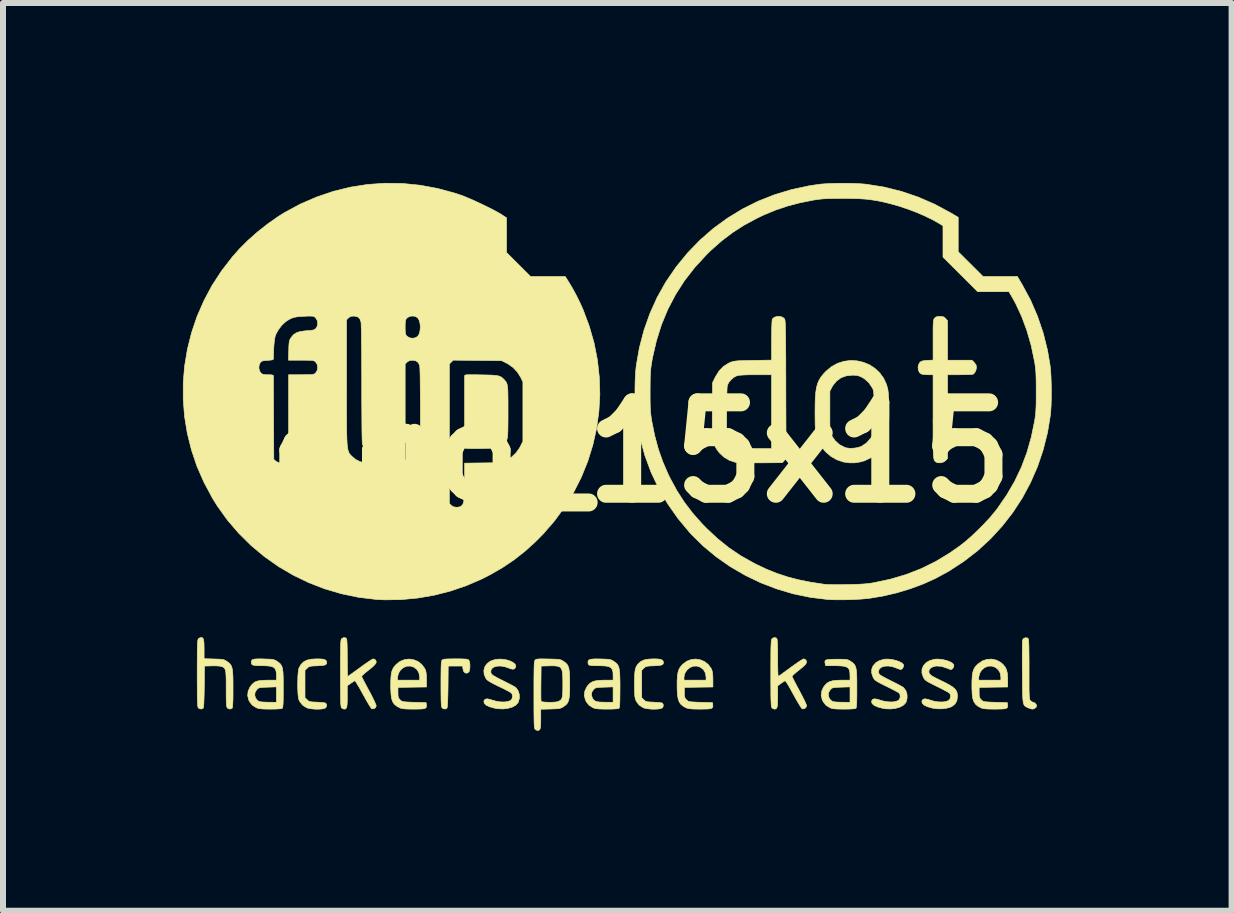
<source format=kicad_pcb>
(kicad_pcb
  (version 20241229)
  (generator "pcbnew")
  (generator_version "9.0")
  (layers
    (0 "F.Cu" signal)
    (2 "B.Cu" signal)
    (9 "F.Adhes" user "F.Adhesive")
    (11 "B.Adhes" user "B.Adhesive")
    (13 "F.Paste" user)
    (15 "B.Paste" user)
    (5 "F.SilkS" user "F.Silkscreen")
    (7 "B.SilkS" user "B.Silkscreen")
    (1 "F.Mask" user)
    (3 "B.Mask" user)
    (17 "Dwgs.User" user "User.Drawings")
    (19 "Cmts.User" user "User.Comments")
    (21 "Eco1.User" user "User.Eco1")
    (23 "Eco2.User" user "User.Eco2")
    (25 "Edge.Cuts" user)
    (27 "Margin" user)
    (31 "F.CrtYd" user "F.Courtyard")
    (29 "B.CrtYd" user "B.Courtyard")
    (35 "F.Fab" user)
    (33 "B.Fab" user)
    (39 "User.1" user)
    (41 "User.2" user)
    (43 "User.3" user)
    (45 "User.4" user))
  (footprint "logo_15x15"
    (layer "F.Cu")
    (at 7.236 4.493)
    (property "Reference" "logo_15x15" (at 0 0 0) (layer "F.SilkS") (effects (font (size 1.524 1.524) (thickness 0.3))))
    (attr through_hole)
    (fp_poly (pts (xy -2.614 3.442) (xy -2.556 3.444) (xy -2.517 3.446) (xy -2.491 3.451) (xy -2.476 3.458) (xy -2.471 3.462) (xy -2.458 3.488) (xy -2.452 3.53) (xy -2.451 3.578) (xy -2.455 3.623) (xy -2.466 3.656) (xy -2.471 3.663) (xy -2.502 3.681) (xy -2.531 3.676) (xy -2.555 3.652) (xy -2.567 3.611) (xy -2.568 3.607) (xy -2.572 3.562) (xy -2.813 3.562) (xy -2.816 3.904) (xy -2.818 4.025) (xy -2.821 4.122) (xy -2.824 4.193) (xy -2.828 4.24) (xy -2.833 4.262) (xy -2.834 4.263) (xy -2.861 4.278) (xy -2.894 4.274) (xy -2.914 4.26) (xy -2.92 4.251) (xy -2.924 4.237) (xy -2.928 4.213) (xy -2.93 4.178) (xy -2.932 4.128) (xy -2.933 4.061) (xy -2.934 3.975) (xy -2.934 3.866) (xy -2.934 3.861) (xy -2.934 3.751) (xy -2.933 3.663) (xy -2.932 3.596) (xy -2.93 3.546) (xy -2.928 3.51) (xy -2.924 3.486) (xy -2.92 3.471) (xy -2.914 3.462) (xy -2.914 3.462) (xy -2.902 3.454) (xy -2.882 3.448) (xy -2.85 3.445) (xy -2.802 3.443) (xy -2.734 3.442) (xy -2.692 3.442) (xy -2.614 3.442)) (stroke (width 0.01) (type solid)) (fill yes) (layer "F.SilkS"))
    (fp_poly (pts (xy -4.932 3.444) (xy -4.885 3.45) (xy -4.856 3.463) (xy -4.842 3.483) (xy -4.839 3.505) (xy -4.843 3.525) (xy -4.857 3.539) (xy -4.886 3.549) (xy -4.932 3.554) (xy -5 3.558) (xy -5.06 3.56) (xy -5.1 3.564) (xy -5.126 3.57) (xy -5.145 3.58) (xy -5.162 3.595) (xy -5.165 3.598) (xy -5.201 3.633) (xy -5.201 4.089) (xy -5.165 4.124) (xy -5.148 4.14) (xy -5.13 4.151) (xy -5.105 4.157) (xy -5.067 4.161) (xy -5.011 4.163) (xy -5 4.164) (xy -4.944 4.167) (xy -4.897 4.171) (xy -4.865 4.177) (xy -4.855 4.181) (xy -4.84 4.207) (xy -4.845 4.24) (xy -4.859 4.26) (xy -4.884 4.271) (xy -4.927 4.278) (xy -4.982 4.281) (xy -5.041 4.28) (xy -5.099 4.274) (xy -5.149 4.265) (xy -5.175 4.256) (xy -5.239 4.215) (xy -5.285 4.158) (xy -5.302 4.125) (xy -5.31 4.09) (xy -5.317 4.035) (xy -5.321 3.967) (xy -5.323 3.891) (xy -5.322 3.813) (xy -5.32 3.738) (xy -5.315 3.673) (xy -5.308 3.622) (xy -5.302 3.597) (xy -5.269 3.537) (xy -5.225 3.493) (xy -5.168 3.463) (xy -5.094 3.447) (xy -5.002 3.442) (xy -4.932 3.444)) (stroke (width 0.01) (type solid)) (fill yes) (layer "F.SilkS"))
    (fp_poly (pts (xy 6.842 3.093) (xy 6.852 3.099) (xy 6.857 3.106) (xy 6.861 3.12) (xy 6.864 3.143) (xy 6.866 3.177) (xy 6.868 3.225) (xy 6.869 3.288) (xy 6.87 3.371) (xy 6.871 3.473) (xy 6.871 3.599) (xy 6.871 3.615) (xy 6.871 3.741) (xy 6.871 3.844) (xy 6.871 3.926) (xy 6.872 3.991) (xy 6.874 4.04) (xy 6.876 4.075) (xy 6.879 4.101) (xy 6.882 4.118) (xy 6.887 4.129) (xy 6.893 4.137) (xy 6.896 4.14) (xy 6.921 4.159) (xy 6.94 4.166) (xy 6.965 4.176) (xy 6.988 4.199) (xy 6.998 4.223) (xy 6.987 4.25) (xy 6.96 4.271) (xy 6.93 4.28) (xy 6.901 4.274) (xy 6.863 4.261) (xy 6.852 4.256) (xy 6.83 4.246) (xy 6.813 4.236) (xy 6.798 4.224) (xy 6.787 4.208) (xy 6.778 4.184) (xy 6.772 4.152) (xy 6.767 4.107) (xy 6.764 4.048) (xy 6.762 3.973) (xy 6.761 3.879) (xy 6.76 3.764) (xy 6.759 3.664) (xy 6.758 3.552) (xy 6.758 3.447) (xy 6.758 3.352) (xy 6.759 3.27) (xy 6.759 3.204) (xy 6.761 3.156) (xy 6.762 3.131) (xy 6.762 3.128) (xy 6.78 3.102) (xy 6.81 3.09) (xy 6.842 3.093)) (stroke (width 0.01) (type solid)) (fill yes) (layer "F.SilkS"))
    (fp_poly (pts (xy 0.681 3.444) (xy 0.728 3.45) (xy 0.757 3.463) (xy 0.772 3.483) (xy 0.775 3.505) (xy 0.771 3.525) (xy 0.756 3.539) (xy 0.728 3.549) (xy 0.681 3.554) (xy 0.613 3.558) (xy 0.554 3.56) (xy 0.514 3.564) (xy 0.487 3.57) (xy 0.468 3.58) (xy 0.451 3.595) (xy 0.448 3.598) (xy 0.413 3.633) (xy 0.413 4.089) (xy 0.448 4.124) (xy 0.466 4.14) (xy 0.484 4.151) (xy 0.509 4.157) (xy 0.546 4.161) (xy 0.602 4.163) (xy 0.613 4.164) (xy 0.669 4.167) (xy 0.716 4.171) (xy 0.749 4.177) (xy 0.759 4.181) (xy 0.773 4.207) (xy 0.769 4.24) (xy 0.755 4.26) (xy 0.73 4.271) (xy 0.687 4.278) (xy 0.632 4.281) (xy 0.572 4.28) (xy 0.514 4.274) (xy 0.464 4.265) (xy 0.438 4.256) (xy 0.374 4.215) (xy 0.328 4.158) (xy 0.312 4.125) (xy 0.304 4.099) (xy 0.298 4.064) (xy 0.295 4.016) (xy 0.293 3.95) (xy 0.292 3.862) (xy 0.292 3.861) (xy 0.293 3.768) (xy 0.296 3.696) (xy 0.302 3.641) (xy 0.311 3.599) (xy 0.325 3.565) (xy 0.345 3.536) (xy 0.359 3.52) (xy 0.401 3.484) (xy 0.453 3.46) (xy 0.519 3.447) (xy 0.604 3.442) (xy 0.612 3.442) (xy 0.681 3.444)) (stroke (width 0.01) (type solid)) (fill yes) (layer "F.SilkS"))
    (fp_poly (pts (xy 5.427 -2.265) (xy 5.454 -2.256) (xy 5.477 -2.236) (xy 5.481 -2.231) (xy 5.512 -2.196) (xy 5.512 -1.537) (xy 5.92 -1.537) (xy 5.957 -1.5) (xy 5.988 -1.457) (xy 5.994 -1.423) (xy 5.988 -1.379) (xy 5.971 -1.338) (xy 5.947 -1.31) (xy 5.937 -1.303) (xy 5.917 -1.301) (xy 5.878 -1.298) (xy 5.822 -1.297) (xy 5.756 -1.296) (xy 5.714 -1.295) (xy 5.512 -1.295) (xy 5.512 0.1) (xy 5.483 0.133) (xy 5.447 0.159) (xy 5.4 0.173) (xy 5.353 0.173) (xy 5.328 0.164) (xy 5.316 0.157) (xy 5.305 0.149) (xy 5.297 0.14) (xy 5.29 0.125) (xy 5.284 0.105) (xy 5.28 0.076) (xy 5.276 0.036) (xy 5.274 -0.016) (xy 5.272 -0.082) (xy 5.271 -0.165) (xy 5.271 -0.267) (xy 5.271 -0.39) (xy 5.27 -0.535) (xy 5.271 -0.593) (xy 5.271 -1.295) (xy 5.189 -1.295) (xy 5.141 -1.297) (xy 5.099 -1.302) (xy 5.076 -1.307) (xy 5.045 -1.331) (xy 5.026 -1.37) (xy 5.02 -1.417) (xy 5.028 -1.463) (xy 5.051 -1.502) (xy 5.056 -1.506) (xy 5.08 -1.521) (xy 5.119 -1.53) (xy 5.176 -1.535) (xy 5.271 -1.539) (xy 5.271 -1.873) (xy 5.271 -1.975) (xy 5.271 -2.054) (xy 5.272 -2.114) (xy 5.274 -2.157) (xy 5.277 -2.188) (xy 5.281 -2.21) (xy 5.286 -2.224) (xy 5.293 -2.235) (xy 5.295 -2.237) (xy 5.315 -2.256) (xy 5.342 -2.265) (xy 5.385 -2.267) (xy 5.427 -2.265)) (stroke (width 0.01) (type solid)) (fill yes) (layer "F.SilkS"))
    (fp_poly (pts (xy -2.354 -1.295) (xy -2.264 -1.293) (xy -2.166 -1.291) (xy -2.089 -1.289) (xy -2.031 -1.284) (xy -1.987 -1.278) (xy -1.954 -1.269) (xy -1.928 -1.256) (xy -1.905 -1.238) (xy -1.882 -1.215) (xy -1.878 -1.211) (xy -1.862 -1.193) (xy -1.849 -1.176) (xy -1.839 -1.157) (xy -1.831 -1.134) (xy -1.825 -1.103) (xy -1.821 -1.061) (xy -1.818 -1.007) (xy -1.817 -0.937) (xy -1.816 -0.848) (xy -1.816 -0.738) (xy -1.816 -0.679) (xy -1.816 -0.559) (xy -1.817 -0.46) (xy -1.818 -0.382) (xy -1.82 -0.321) (xy -1.823 -0.274) (xy -1.828 -0.239) (xy -1.835 -0.212) (xy -1.844 -0.191) (xy -1.855 -0.174) (xy -1.87 -0.157) (xy -1.878 -0.148) (xy -1.901 -0.124) (xy -1.924 -0.106) (xy -1.949 -0.092) (xy -1.981 -0.082) (xy -2.023 -0.075) (xy -2.079 -0.071) (xy -2.152 -0.068) (xy -2.246 -0.066) (xy -2.264 -0.066) (xy -2.364 -0.064) (xy -2.441 -0.065) (xy -2.494 -0.066) (xy -2.527 -0.069) (xy -2.54 -0.074) (xy -2.54 -0.075) (xy -2.54 -0.09) (xy -2.54 -0.128) (xy -2.54 -0.186) (xy -2.54 -0.262) (xy -2.54 -0.353) (xy -2.54 -0.456) (xy -2.54 -0.569) (xy -2.54 -0.667) (xy -2.54 -0.786) (xy -2.54 -0.899) (xy -2.54 -1.001) (xy -2.54 -1.091) (xy -2.54 -1.166) (xy -2.54 -1.223) (xy -2.54 -1.259) (xy -2.54 -1.271) (xy -2.539 -1.28) (xy -2.535 -1.286) (xy -2.525 -1.291) (xy -2.504 -1.294) (xy -2.471 -1.295) (xy -2.422 -1.295) (xy -2.354 -1.295)) (stroke (width 0.01) (type solid)) (fill yes) (layer "F.SilkS"))
    (fp_poly (pts (xy 6.33 3.464) (xy 6.402 3.504) (xy 6.441 3.539) (xy 6.475 3.582) (xy 6.497 3.63) (xy 6.51 3.69) (xy 6.515 3.767) (xy 6.515 3.79) (xy 6.515 3.911) (xy 6.277 3.914) (xy 6.039 3.918) (xy 6.039 4.003) (xy 6.04 4.051) (xy 6.045 4.082) (xy 6.057 4.105) (xy 6.074 4.124) (xy 6.088 4.137) (xy 6.102 4.147) (xy 6.121 4.154) (xy 6.148 4.158) (xy 6.189 4.161) (xy 6.247 4.164) (xy 6.309 4.166) (xy 6.509 4.172) (xy 6.513 4.208) (xy 6.514 4.234) (xy 6.509 4.253) (xy 6.494 4.266) (xy 6.465 4.274) (xy 6.42 4.278) (xy 6.356 4.279) (xy 6.301 4.28) (xy 6.223 4.279) (xy 6.166 4.277) (xy 6.125 4.273) (xy 6.093 4.267) (xy 6.068 4.258) (xy 6.064 4.256) (xy 6.015 4.229) (xy 5.978 4.197) (xy 5.951 4.156) (xy 5.933 4.103) (xy 5.923 4.033) (xy 5.919 3.944) (xy 5.918 3.895) (xy 5.919 3.799) (xy 5.922 3.757) (xy 6.032 3.757) (xy 6.032 3.797) (xy 6.401 3.797) (xy 6.401 3.746) (xy 6.39 3.678) (xy 6.358 3.622) (xy 6.308 3.582) (xy 6.248 3.562) (xy 6.187 3.564) (xy 6.131 3.587) (xy 6.083 3.627) (xy 6.049 3.68) (xy 6.033 3.742) (xy 6.032 3.757) (xy 5.922 3.757) (xy 5.924 3.724) (xy 5.933 3.665) (xy 5.948 3.619) (xy 5.97 3.58) (xy 6 3.545) (xy 6.02 3.527) (xy 6.092 3.477) (xy 6.17 3.45) (xy 6.251 3.446) (xy 6.33 3.464)) (stroke (width 0.01) (type solid)) (fill yes) (layer "F.SilkS"))
    (fp_poly (pts (xy -3.387 3.457) (xy -3.316 3.487) (xy -3.254 3.536) (xy -3.205 3.601) (xy -3.192 3.629) (xy -3.183 3.664) (xy -3.177 3.719) (xy -3.175 3.785) (xy -3.175 3.79) (xy -3.175 3.911) (xy -3.413 3.914) (xy -3.651 3.918) (xy -3.651 4.003) (xy -3.65 4.051) (xy -3.645 4.082) (xy -3.633 4.105) (xy -3.616 4.124) (xy -3.602 4.137) (xy -3.588 4.147) (xy -3.569 4.154) (xy -3.542 4.158) (xy -3.501 4.161) (xy -3.443 4.164) (xy -3.381 4.166) (xy -3.181 4.172) (xy -3.177 4.208) (xy -3.176 4.234) (xy -3.181 4.253) (xy -3.196 4.266) (xy -3.225 4.274) (xy -3.27 4.278) (xy -3.334 4.279) (xy -3.389 4.28) (xy -3.467 4.279) (xy -3.524 4.277) (xy -3.566 4.273) (xy -3.597 4.267) (xy -3.622 4.258) (xy -3.626 4.256) (xy -3.674 4.229) (xy -3.711 4.198) (xy -3.738 4.159) (xy -3.756 4.107) (xy -3.766 4.039) (xy -3.771 3.953) (xy -3.772 3.888) (xy -3.771 3.795) (xy -3.768 3.757) (xy -3.658 3.757) (xy -3.658 3.797) (xy -3.289 3.797) (xy -3.289 3.746) (xy -3.301 3.678) (xy -3.332 3.622) (xy -3.382 3.582) (xy -3.442 3.562) (xy -3.503 3.564) (xy -3.56 3.587) (xy -3.607 3.627) (xy -3.641 3.68) (xy -3.657 3.742) (xy -3.658 3.757) (xy -3.768 3.757) (xy -3.766 3.723) (xy -3.758 3.667) (xy -3.743 3.622) (xy -3.722 3.583) (xy -3.692 3.547) (xy -3.679 3.533) (xy -3.614 3.483) (xy -3.54 3.454) (xy -3.463 3.445) (xy -3.387 3.457)) (stroke (width 0.01) (type solid)) (fill yes) (layer "F.SilkS"))
    (fp_poly (pts (xy 1.388 3.457) (xy 1.46 3.487) (xy 1.522 3.536) (xy 1.57 3.601) (xy 1.583 3.629) (xy 1.592 3.664) (xy 1.598 3.719) (xy 1.6 3.785) (xy 1.6 3.79) (xy 1.6 3.911) (xy 1.362 3.914) (xy 1.124 3.918) (xy 1.124 4.003) (xy 1.125 4.051) (xy 1.13 4.082) (xy 1.142 4.105) (xy 1.159 4.124) (xy 1.173 4.137) (xy 1.187 4.147) (xy 1.206 4.154) (xy 1.233 4.158) (xy 1.274 4.161) (xy 1.332 4.164) (xy 1.394 4.166) (xy 1.594 4.172) (xy 1.598 4.208) (xy 1.599 4.234) (xy 1.594 4.253) (xy 1.579 4.266) (xy 1.55 4.274) (xy 1.506 4.278) (xy 1.441 4.279) (xy 1.386 4.28) (xy 1.308 4.279) (xy 1.251 4.277) (xy 1.21 4.273) (xy 1.179 4.267) (xy 1.153 4.258) (xy 1.149 4.256) (xy 1.101 4.229) (xy 1.064 4.198) (xy 1.038 4.159) (xy 1.02 4.107) (xy 1.009 4.039) (xy 1.004 3.953) (xy 1.003 3.888) (xy 1.004 3.795) (xy 1.007 3.757) (xy 1.118 3.757) (xy 1.118 3.797) (xy 1.486 3.797) (xy 1.486 3.746) (xy 1.475 3.678) (xy 1.443 3.622) (xy 1.393 3.582) (xy 1.333 3.562) (xy 1.272 3.564) (xy 1.216 3.587) (xy 1.168 3.627) (xy 1.134 3.68) (xy 1.118 3.742) (xy 1.118 3.757) (xy 1.007 3.757) (xy 1.009 3.723) (xy 1.018 3.667) (xy 1.032 3.622) (xy 1.053 3.583) (xy 1.083 3.547) (xy 1.096 3.533) (xy 1.162 3.483) (xy 1.235 3.454) (xy 1.312 3.445) (xy 1.388 3.457)) (stroke (width 0.01) (type solid)) (fill yes) (layer "F.SilkS"))
    (fp_poly (pts (xy -1.903 3.448) (xy -1.84 3.459) (xy -1.782 3.477) (xy -1.735 3.5) (xy -1.701 3.527) (xy -1.686 3.556) (xy -1.69 3.583) (xy -1.709 3.608) (xy -1.736 3.615) (xy -1.774 3.607) (xy -1.803 3.595) (xy -1.875 3.571) (xy -1.942 3.561) (xy -2.002 3.564) (xy -2.051 3.578) (xy -2.086 3.604) (xy -2.103 3.639) (xy -2.101 3.676) (xy -2.094 3.691) (xy -2.081 3.706) (xy -2.057 3.723) (xy -2.018 3.745) (xy -1.963 3.774) (xy -1.9 3.806) (xy -1.835 3.839) (xy -1.776 3.869) (xy -1.728 3.895) (xy -1.696 3.914) (xy -1.685 3.922) (xy -1.649 3.97) (xy -1.629 4.031) (xy -1.626 4.096) (xy -1.642 4.157) (xy -1.651 4.176) (xy -1.69 4.216) (xy -1.747 4.247) (xy -1.819 4.267) (xy -1.9 4.277) (xy -1.985 4.273) (xy -2.045 4.263) (xy -2.125 4.24) (xy -2.18 4.214) (xy -2.211 4.184) (xy -2.218 4.151) (xy -2.216 4.139) (xy -2.197 4.115) (xy -2.162 4.108) (xy -2.11 4.119) (xy -2.091 4.126) (xy -2.019 4.147) (xy -1.947 4.159) (xy -1.879 4.161) (xy -1.821 4.154) (xy -1.776 4.138) (xy -1.753 4.115) (xy -1.741 4.073) (xy -1.747 4.033) (xy -1.762 4.01) (xy -1.781 3.998) (xy -1.818 3.977) (xy -1.869 3.95) (xy -1.93 3.92) (xy -1.972 3.9) (xy -2.047 3.863) (xy -2.102 3.834) (xy -2.14 3.811) (xy -2.166 3.791) (xy -2.182 3.773) (xy -2.185 3.768) (xy -2.214 3.7) (xy -2.219 3.634) (xy -2.202 3.573) (xy -2.165 3.52) (xy -2.108 3.479) (xy -2.034 3.454) (xy -2.034 3.453) (xy -1.969 3.446) (xy -1.903 3.448)) (stroke (width 0.01) (type solid)) (fill yes) (layer "F.SilkS"))
    (fp_poly (pts (xy 4.586 3.453) (xy 4.648 3.467) (xy 4.704 3.486) (xy 4.748 3.509) (xy 4.775 3.534) (xy 4.779 3.543) (xy 4.777 3.571) (xy 4.762 3.6) (xy 4.74 3.618) (xy 4.732 3.619) (xy 4.711 3.615) (xy 4.677 3.602) (xy 4.659 3.595) (xy 4.59 3.571) (xy 4.524 3.561) (xy 4.464 3.564) (xy 4.415 3.579) (xy 4.38 3.604) (xy 4.362 3.639) (xy 4.364 3.676) (xy 4.37 3.691) (xy 4.383 3.706) (xy 4.408 3.723) (xy 4.446 3.745) (xy 4.501 3.774) (xy 4.564 3.806) (xy 4.63 3.839) (xy 4.689 3.869) (xy 4.736 3.895) (xy 4.769 3.914) (xy 4.78 3.922) (xy 4.816 3.97) (xy 4.836 4.031) (xy 4.838 4.096) (xy 4.823 4.157) (xy 4.813 4.176) (xy 4.775 4.215) (xy 4.719 4.246) (xy 4.648 4.267) (xy 4.568 4.277) (xy 4.485 4.275) (xy 4.434 4.267) (xy 4.35 4.245) (xy 4.29 4.218) (xy 4.255 4.188) (xy 4.245 4.154) (xy 4.248 4.14) (xy 4.267 4.115) (xy 4.301 4.108) (xy 4.353 4.118) (xy 4.372 4.125) (xy 4.444 4.146) (xy 4.516 4.158) (xy 4.584 4.161) (xy 4.643 4.154) (xy 4.687 4.138) (xy 4.711 4.115) (xy 4.723 4.075) (xy 4.719 4.036) (xy 4.704 4.012) (xy 4.686 4) (xy 4.65 3.98) (xy 4.599 3.953) (xy 4.538 3.922) (xy 4.491 3.899) (xy 4.42 3.864) (xy 4.369 3.837) (xy 4.332 3.815) (xy 4.307 3.798) (xy 4.291 3.781) (xy 4.278 3.762) (xy 4.27 3.747) (xy 4.247 3.679) (xy 4.248 3.615) (xy 4.271 3.558) (xy 4.313 3.509) (xy 4.374 3.472) (xy 4.45 3.45) (xy 4.466 3.447) (xy 4.524 3.446) (xy 4.586 3.453)) (stroke (width 0.01) (type solid)) (fill yes) (layer "F.SilkS"))
    (fp_poly (pts (xy 5.425 3.453) (xy 5.487 3.467) (xy 5.543 3.486) (xy 5.586 3.509) (xy 5.613 3.534) (xy 5.617 3.543) (xy 5.615 3.571) (xy 5.6 3.6) (xy 5.579 3.618) (xy 5.57 3.619) (xy 5.549 3.615) (xy 5.515 3.602) (xy 5.497 3.595) (xy 5.408 3.566) (xy 5.326 3.561) (xy 5.286 3.568) (xy 5.236 3.59) (xy 5.207 3.621) (xy 5.2 3.659) (xy 5.206 3.681) (xy 5.217 3.698) (xy 5.236 3.715) (xy 5.267 3.736) (xy 5.315 3.761) (xy 5.382 3.794) (xy 5.389 3.798) (xy 5.479 3.842) (xy 5.549 3.88) (xy 5.6 3.913) (xy 5.636 3.944) (xy 5.659 3.976) (xy 5.672 4.011) (xy 5.676 4.052) (xy 5.677 4.073) (xy 5.667 4.141) (xy 5.636 4.195) (xy 5.584 4.236) (xy 5.565 4.245) (xy 5.5 4.264) (xy 5.421 4.275) (xy 5.337 4.274) (xy 5.258 4.263) (xy 5.258 4.263) (xy 5.178 4.24) (xy 5.123 4.214) (xy 5.091 4.184) (xy 5.084 4.151) (xy 5.087 4.139) (xy 5.105 4.115) (xy 5.14 4.108) (xy 5.193 4.119) (xy 5.212 4.126) (xy 5.283 4.147) (xy 5.356 4.159) (xy 5.424 4.161) (xy 5.482 4.154) (xy 5.526 4.138) (xy 5.55 4.115) (xy 5.562 4.075) (xy 5.558 4.036) (xy 5.542 4.012) (xy 5.524 4) (xy 5.488 3.98) (xy 5.437 3.953) (xy 5.377 3.922) (xy 5.33 3.899) (xy 5.259 3.864) (xy 5.207 3.837) (xy 5.17 3.815) (xy 5.146 3.798) (xy 5.129 3.781) (xy 5.116 3.762) (xy 5.108 3.747) (xy 5.085 3.679) (xy 5.086 3.615) (xy 5.109 3.558) (xy 5.151 3.509) (xy 5.212 3.472) (xy 5.288 3.45) (xy 5.304 3.447) (xy 5.362 3.446) (xy 5.425 3.453)) (stroke (width 0.01) (type solid)) (fill yes) (layer "F.SilkS"))
    (fp_poly (pts (xy 3.737 3.448) (xy 3.788 3.449) (xy 3.823 3.452) (xy 3.849 3.458) (xy 3.869 3.466) (xy 3.89 3.479) (xy 3.896 3.483) (xy 3.926 3.504) (xy 3.95 3.525) (xy 3.968 3.55) (xy 3.981 3.581) (xy 3.99 3.622) (xy 3.996 3.676) (xy 3.999 3.746) (xy 4 3.835) (xy 4 3.934) (xy 4 4.042) (xy 3.999 4.126) (xy 3.997 4.189) (xy 3.993 4.232) (xy 3.989 4.257) (xy 3.985 4.265) (xy 3.967 4.272) (xy 3.927 4.276) (xy 3.864 4.279) (xy 3.785 4.28) (xy 3.708 4.279) (xy 3.651 4.277) (xy 3.609 4.273) (xy 3.578 4.267) (xy 3.553 4.257) (xy 3.55 4.256) (xy 3.485 4.215) (xy 3.44 4.158) (xy 3.423 4.125) (xy 3.406 4.053) (xy 3.407 4.046) (xy 3.524 4.046) (xy 3.537 4.094) (xy 3.568 4.134) (xy 3.6 4.154) (xy 3.624 4.158) (xy 3.665 4.162) (xy 3.719 4.164) (xy 3.756 4.165) (xy 3.886 4.166) (xy 3.886 3.909) (xy 3.74 3.914) (xy 3.677 3.916) (xy 3.634 3.919) (xy 3.605 3.924) (xy 3.585 3.931) (xy 3.569 3.943) (xy 3.56 3.953) (xy 3.532 3.997) (xy 3.524 4.046) (xy 3.407 4.046) (xy 3.414 3.981) (xy 3.445 3.912) (xy 3.474 3.875) (xy 3.507 3.844) (xy 3.546 3.822) (xy 3.594 3.808) (xy 3.656 3.8) (xy 3.738 3.797) (xy 3.751 3.797) (xy 3.886 3.797) (xy 3.886 3.72) (xy 3.883 3.664) (xy 3.873 3.622) (xy 3.852 3.592) (xy 3.817 3.573) (xy 3.765 3.562) (xy 3.692 3.557) (xy 3.633 3.556) (xy 3.48 3.556) (xy 3.472 3.522) (xy 3.467 3.495) (xy 3.47 3.475) (xy 3.484 3.462) (xy 3.513 3.454) (xy 3.559 3.45) (xy 3.626 3.448) (xy 3.666 3.448) (xy 3.737 3.448)) (stroke (width 0.01) (type solid)) (fill yes) (layer "F.SilkS"))
    (fp_poly (pts (xy -6.915 3.089) (xy -6.901 3.1) (xy -6.892 3.124) (xy -6.886 3.162) (xy -6.884 3.22) (xy -6.883 3.278) (xy -6.883 3.439) (xy -6.721 3.444) (xy -6.652 3.446) (xy -6.604 3.449) (xy -6.57 3.453) (xy -6.545 3.461) (xy -6.522 3.472) (xy -6.505 3.483) (xy -6.475 3.504) (xy -6.452 3.525) (xy -6.434 3.55) (xy -6.421 3.581) (xy -6.411 3.622) (xy -6.406 3.676) (xy -6.402 3.746) (xy -6.401 3.835) (xy -6.401 3.934) (xy -6.401 4.042) (xy -6.402 4.126) (xy -6.405 4.189) (xy -6.408 4.232) (xy -6.412 4.257) (xy -6.416 4.265) (xy -6.446 4.279) (xy -6.48 4.272) (xy -6.495 4.26) (xy -6.502 4.25) (xy -6.506 4.234) (xy -6.51 4.208) (xy -6.513 4.169) (xy -6.514 4.114) (xy -6.515 4.039) (xy -6.515 3.943) (xy -6.515 3.939) (xy -6.515 3.837) (xy -6.516 3.758) (xy -6.519 3.698) (xy -6.523 3.654) (xy -6.53 3.623) (xy -6.541 3.602) (xy -6.555 3.587) (xy -6.573 3.576) (xy -6.588 3.57) (xy -6.621 3.563) (xy -6.673 3.559) (xy -6.739 3.558) (xy -6.751 3.559) (xy -6.877 3.562) (xy -6.88 3.904) (xy -6.882 4.025) (xy -6.885 4.122) (xy -6.888 4.193) (xy -6.892 4.24) (xy -6.897 4.262) (xy -6.898 4.263) (xy -6.925 4.278) (xy -6.958 4.274) (xy -6.978 4.26) (xy -6.983 4.253) (xy -6.987 4.24) (xy -6.99 4.22) (xy -6.992 4.19) (xy -6.994 4.147) (xy -6.996 4.091) (xy -6.997 4.017) (xy -6.997 3.925) (xy -6.998 3.812) (xy -6.998 3.683) (xy -6.998 3.548) (xy -6.997 3.436) (xy -6.997 3.345) (xy -6.996 3.272) (xy -6.994 3.216) (xy -6.992 3.175) (xy -6.99 3.145) (xy -6.986 3.125) (xy -6.982 3.113) (xy -6.978 3.106) (xy -6.952 3.09) (xy -6.936 3.086) (xy -6.915 3.089)) (stroke (width 0.01) (type solid)) (fill yes) (layer "F.SilkS"))
    (fp_poly (pts (xy -5.894 3.443) (xy -5.889 3.444) (xy -5.82 3.446) (xy -5.77 3.448) (xy -5.735 3.453) (xy -5.709 3.46) (xy -5.688 3.47) (xy -5.667 3.483) (xy -5.637 3.504) (xy -5.613 3.525) (xy -5.596 3.55) (xy -5.582 3.581) (xy -5.573 3.622) (xy -5.567 3.676) (xy -5.564 3.746) (xy -5.563 3.835) (xy -5.563 3.934) (xy -5.563 4.042) (xy -5.564 4.126) (xy -5.566 4.189) (xy -5.57 4.232) (xy -5.574 4.257) (xy -5.578 4.265) (xy -5.596 4.272) (xy -5.636 4.276) (xy -5.699 4.279) (xy -5.778 4.28) (xy -5.855 4.279) (xy -5.912 4.277) (xy -5.954 4.273) (xy -5.985 4.267) (xy -6.01 4.257) (xy -6.013 4.256) (xy -6.078 4.215) (xy -6.124 4.158) (xy -6.14 4.125) (xy -6.157 4.053) (xy -6.156 4.046) (xy -6.039 4.046) (xy -6.026 4.094) (xy -5.995 4.134) (xy -5.963 4.154) (xy -5.94 4.158) (xy -5.898 4.162) (xy -5.844 4.164) (xy -5.807 4.165) (xy -5.677 4.166) (xy -5.677 3.909) (xy -5.823 3.914) (xy -5.886 3.916) (xy -5.929 3.919) (xy -5.958 3.924) (xy -5.978 3.931) (xy -5.994 3.943) (xy -6.003 3.953) (xy -6.032 3.997) (xy -6.039 4.046) (xy -6.156 4.046) (xy -6.149 3.981) (xy -6.117 3.911) (xy -6.088 3.873) (xy -6.057 3.843) (xy -6.023 3.822) (xy -5.981 3.809) (xy -5.927 3.801) (xy -5.854 3.798) (xy -5.813 3.797) (xy -5.677 3.797) (xy -5.677 3.72) (xy -5.68 3.663) (xy -5.691 3.62) (xy -5.713 3.591) (xy -5.75 3.571) (xy -5.804 3.561) (xy -5.879 3.556) (xy -5.921 3.556) (xy -5.992 3.555) (xy -6.041 3.551) (xy -6.072 3.544) (xy -6.089 3.531) (xy -6.095 3.511) (xy -6.096 3.498) (xy -6.093 3.476) (xy -6.083 3.46) (xy -6.061 3.45) (xy -6.025 3.444) (xy -5.97 3.442) (xy -5.894 3.443)) (stroke (width 0.01) (type solid)) (fill yes) (layer "F.SilkS"))
    (fp_poly (pts (xy -0.267 3.444) (xy -0.2 3.446) (xy -0.152 3.449) (xy -0.118 3.453) (xy -0.093 3.461) (xy -0.07 3.472) (xy -0.053 3.483) (xy -0.024 3.504) (xy -0.000064 3.525) (xy 0.018 3.55) (xy 0.031 3.581) (xy 0.04 3.622) (xy 0.046 3.676) (xy 0.049 3.746) (xy 0.051 3.835) (xy 0.051 3.934) (xy 0.05 4.042) (xy 0.049 4.126) (xy 0.047 4.189) (xy 0.044 4.232) (xy 0.039 4.257) (xy 0.036 4.265) (xy 0.017 4.272) (xy -0.023 4.276) (xy -0.086 4.279) (xy -0.164 4.28) (xy -0.242 4.279) (xy -0.299 4.277) (xy -0.34 4.273) (xy -0.371 4.267) (xy -0.397 4.257) (xy -0.4 4.256) (xy -0.464 4.215) (xy -0.51 4.158) (xy -0.526 4.125) (xy -0.544 4.053) (xy -0.543 4.046) (xy -0.426 4.046) (xy -0.408 4.097) (xy -0.407 4.099) (xy -0.388 4.126) (xy -0.365 4.144) (xy -0.334 4.155) (xy -0.29 4.162) (xy -0.228 4.164) (xy -0.194 4.165) (xy -0.064 4.166) (xy -0.064 3.909) (xy -0.209 3.914) (xy -0.273 3.916) (xy -0.316 3.919) (xy -0.345 3.924) (xy -0.365 3.932) (xy -0.38 3.944) (xy -0.387 3.95) (xy -0.419 3.996) (xy -0.426 4.046) (xy -0.543 4.046) (xy -0.536 3.981) (xy -0.504 3.912) (xy -0.476 3.875) (xy -0.442 3.844) (xy -0.404 3.822) (xy -0.356 3.808) (xy -0.294 3.8) (xy -0.211 3.797) (xy -0.199 3.797) (xy -0.064 3.797) (xy -0.064 3.72) (xy -0.066 3.664) (xy -0.077 3.622) (xy -0.098 3.592) (xy -0.133 3.572) (xy -0.186 3.561) (xy -0.258 3.557) (xy -0.316 3.556) (xy -0.383 3.556) (xy -0.43 3.553) (xy -0.459 3.547) (xy -0.475 3.536) (xy -0.481 3.519) (xy -0.483 3.493) (xy -0.483 3.492) (xy -0.478 3.472) (xy -0.461 3.457) (xy -0.429 3.448) (xy -0.38 3.443) (xy -0.31 3.443) (xy -0.267 3.444)) (stroke (width 0.01) (type solid)) (fill yes) (layer "F.SilkS"))
    (fp_poly (pts (xy 2.756 -2.257) (xy 2.789 -2.234) (xy 2.793 -2.228) (xy 2.797 -2.221) (xy 2.8 -2.21) (xy 2.803 -2.194) (xy 2.805 -2.171) (xy 2.807 -2.14) (xy 2.809 -2.099) (xy 2.81 -2.046) (xy 2.811 -1.981) (xy 2.813 -1.901) (xy 2.813 -1.805) (xy 2.814 -1.691) (xy 2.815 -1.557) (xy 2.815 -1.403) (xy 2.816 -1.226) (xy 2.816 -1.054) (xy 2.82 0.1) (xy 2.789 0.136) (xy 2.758 0.171) (xy 2.392 0.174) (xy 2.295 0.174) (xy 2.204 0.173) (xy 2.123 0.172) (xy 2.056 0.17) (xy 2.005 0.168) (xy 1.976 0.165) (xy 1.974 0.165) (xy 1.875 0.132) (xy 1.784 0.078) (xy 1.707 0.006) (xy 1.664 -0.052) (xy 1.645 -0.085) (xy 1.629 -0.117) (xy 1.616 -0.15) (xy 1.606 -0.188) (xy 1.599 -0.233) (xy 1.596 -0.27) (xy 1.829 -0.27) (xy 1.864 -0.202) (xy 1.892 -0.156) (xy 1.924 -0.125) (xy 1.967 -0.099) (xy 2.035 -0.064) (xy 2.578 -0.064) (xy 2.578 -1.295) (xy 2.316 -1.295) (xy 2.214 -1.295) (xy 2.129 -1.292) (xy 2.062 -1.288) (xy 2.017 -1.283) (xy 2.004 -1.28) (xy 1.955 -1.256) (xy 1.906 -1.216) (xy 1.866 -1.169) (xy 1.842 -1.121) (xy 1.842 -1.12) (xy 1.838 -1.094) (xy 1.835 -1.047) (xy 1.833 -0.98) (xy 1.831 -0.896) (xy 1.829 -0.799) (xy 1.829 -0.692) (xy 1.829 -0.671) (xy 1.829 -0.27) (xy 1.596 -0.27) (xy 1.594 -0.289) (xy 1.591 -0.357) (xy 1.589 -0.441) (xy 1.589 -0.544) (xy 1.59 -0.669) (xy 1.59 -0.715) (xy 1.594 -1.163) (xy 1.642 -1.26) (xy 1.702 -1.357) (xy 1.776 -1.434) (xy 1.864 -1.489) (xy 1.89 -1.501) (xy 1.914 -1.51) (xy 1.939 -1.517) (xy 1.967 -1.522) (xy 2.003 -1.526) (xy 2.051 -1.529) (xy 2.113 -1.531) (xy 2.194 -1.533) (xy 2.27 -1.534) (xy 2.578 -1.539) (xy 2.578 -1.869) (xy 2.579 -1.963) (xy 2.58 -2.047) (xy 2.582 -2.119) (xy 2.585 -2.174) (xy 2.588 -2.21) (xy 2.59 -2.222) (xy 2.619 -2.25) (xy 2.661 -2.266) (xy 2.709 -2.268) (xy 2.756 -2.257)) (stroke (width 0.01) (type solid)) (fill yes) (layer "F.SilkS"))
    (fp_poly (pts (xy -4.525 3.091) (xy -4.511 3.101) (xy -4.506 3.115) (xy -4.502 3.146) (xy -4.499 3.195) (xy -4.497 3.265) (xy -4.496 3.357) (xy -4.496 3.425) (xy -4.495 3.511) (xy -4.495 3.587) (xy -4.493 3.651) (xy -4.492 3.699) (xy -4.49 3.727) (xy -4.488 3.734) (xy -4.476 3.727) (xy -4.447 3.707) (xy -4.403 3.676) (xy -4.35 3.637) (xy -4.289 3.593) (xy -4.282 3.588) (xy -4.22 3.542) (xy -4.163 3.503) (xy -4.116 3.471) (xy -4.081 3.45) (xy -4.063 3.442) (xy -4.063 3.442) (xy -4.037 3.451) (xy -4.026 3.46) (xy -4.014 3.483) (xy -4.016 3.508) (xy -4.035 3.537) (xy -4.071 3.573) (xy -4.127 3.619) (xy -4.14 3.629) (xy -4.187 3.666) (xy -4.224 3.699) (xy -4.249 3.723) (xy -4.257 3.736) (xy -4.257 3.736) (xy -4.25 3.751) (xy -4.233 3.785) (xy -4.207 3.834) (xy -4.175 3.895) (xy -4.139 3.963) (xy -4.133 3.973) (xy -4.096 4.043) (xy -4.064 4.107) (xy -4.038 4.161) (xy -4.021 4.201) (xy -4.013 4.223) (xy -4.013 4.224) (xy -4.024 4.253) (xy -4.051 4.273) (xy -4.083 4.275) (xy -4.087 4.274) (xy -4.099 4.261) (xy -4.121 4.229) (xy -4.15 4.181) (xy -4.185 4.121) (xy -4.223 4.052) (xy -4.234 4.033) (xy -4.281 3.946) (xy -4.32 3.88) (xy -4.348 3.834) (xy -4.367 3.81) (xy -4.374 3.807) (xy -4.392 3.819) (xy -4.423 3.84) (xy -4.442 3.853) (xy -4.496 3.89) (xy -4.496 4.069) (xy -4.496 4.148) (xy -4.499 4.204) (xy -4.504 4.242) (xy -4.513 4.265) (xy -4.526 4.276) (xy -4.545 4.28) (xy -4.548 4.28) (xy -4.575 4.271) (xy -4.59 4.26) (xy -4.595 4.253) (xy -4.599 4.24) (xy -4.602 4.22) (xy -4.605 4.19) (xy -4.607 4.147) (xy -4.608 4.091) (xy -4.609 4.017) (xy -4.61 3.925) (xy -4.61 3.812) (xy -4.61 3.683) (xy -4.61 3.548) (xy -4.61 3.436) (xy -4.609 3.345) (xy -4.608 3.272) (xy -4.607 3.216) (xy -4.605 3.175) (xy -4.602 3.145) (xy -4.599 3.125) (xy -4.595 3.113) (xy -4.59 3.106) (xy -4.558 3.088) (xy -4.525 3.091)) (stroke (width 0.01) (type solid)) (fill yes) (layer "F.SilkS"))
    (fp_poly (pts (xy 2.65 3.091) (xy 2.664 3.101) (xy 2.67 3.115) (xy 2.674 3.146) (xy 2.677 3.195) (xy 2.679 3.265) (xy 2.68 3.357) (xy 2.68 3.425) (xy 2.68 3.511) (xy 2.681 3.587) (xy 2.683 3.651) (xy 2.685 3.699) (xy 2.687 3.727) (xy 2.689 3.733) (xy 2.702 3.726) (xy 2.732 3.706) (xy 2.775 3.675) (xy 2.829 3.636) (xy 2.89 3.591) (xy 2.895 3.587) (xy 2.958 3.542) (xy 3.014 3.502) (xy 3.061 3.471) (xy 3.095 3.45) (xy 3.112 3.442) (xy 3.113 3.442) (xy 3.138 3.451) (xy 3.149 3.46) (xy 3.161 3.483) (xy 3.159 3.508) (xy 3.141 3.537) (xy 3.104 3.573) (xy 3.048 3.619) (xy 3.035 3.629) (xy 2.989 3.666) (xy 2.951 3.699) (xy 2.927 3.723) (xy 2.919 3.736) (xy 2.919 3.736) (xy 2.926 3.751) (xy 2.943 3.785) (xy 2.968 3.834) (xy 3 3.895) (xy 3.037 3.963) (xy 3.042 3.973) (xy 3.079 4.043) (xy 3.112 4.107) (xy 3.138 4.161) (xy 3.155 4.201) (xy 3.162 4.223) (xy 3.162 4.224) (xy 3.151 4.253) (xy 3.125 4.273) (xy 3.092 4.275) (xy 3.089 4.274) (xy 3.076 4.261) (xy 3.055 4.229) (xy 3.025 4.181) (xy 2.99 4.121) (xy 2.952 4.052) (xy 2.941 4.033) (xy 2.897 3.952) (xy 2.86 3.887) (xy 2.831 3.84) (xy 2.811 3.813) (xy 2.802 3.806) (xy 2.784 3.818) (xy 2.753 3.838) (xy 2.734 3.852) (xy 2.68 3.891) (xy 2.68 4.07) (xy 2.679 4.148) (xy 2.677 4.204) (xy 2.671 4.242) (xy 2.662 4.265) (xy 2.649 4.276) (xy 2.63 4.28) (xy 2.627 4.28) (xy 2.601 4.271) (xy 2.585 4.26) (xy 2.581 4.253) (xy 2.577 4.24) (xy 2.573 4.22) (xy 2.571 4.19) (xy 2.569 4.147) (xy 2.567 4.091) (xy 2.566 4.017) (xy 2.566 3.925) (xy 2.565 3.812) (xy 2.565 3.683) (xy 2.565 3.548) (xy 2.566 3.436) (xy 2.566 3.345) (xy 2.567 3.272) (xy 2.569 3.216) (xy 2.571 3.175) (xy 2.573 3.145) (xy 2.577 3.125) (xy 2.581 3.113) (xy 2.585 3.106) (xy 2.617 3.088) (xy 2.65 3.091)) (stroke (width 0.01) (type solid)) (fill yes) (layer "F.SilkS"))
    (fp_poly (pts (xy -1.207 3.443) (xy -1.143 3.444) (xy -1.068 3.446) (xy -1.013 3.448) (xy -0.974 3.451) (xy -0.946 3.456) (xy -0.924 3.464) (xy -0.904 3.475) (xy -0.891 3.483) (xy -0.858 3.507) (xy -0.833 3.532) (xy -0.815 3.562) (xy -0.802 3.6) (xy -0.794 3.65) (xy -0.789 3.717) (xy -0.788 3.802) (xy -0.787 3.861) (xy -0.788 3.959) (xy -0.791 4.036) (xy -0.797 4.095) (xy -0.807 4.14) (xy -0.822 4.174) (xy -0.843 4.201) (xy -0.872 4.225) (xy -0.891 4.239) (xy -0.915 4.253) (xy -0.938 4.263) (xy -0.965 4.27) (xy -1.002 4.274) (xy -1.055 4.276) (xy -1.107 4.278) (xy -1.27 4.282) (xy -1.27 4.444) (xy -1.271 4.518) (xy -1.274 4.571) (xy -1.28 4.605) (xy -1.291 4.625) (xy -1.307 4.634) (xy -1.322 4.636) (xy -1.349 4.627) (xy -1.364 4.616) (xy -1.369 4.608) (xy -1.373 4.596) (xy -1.376 4.575) (xy -1.379 4.545) (xy -1.381 4.503) (xy -1.382 4.446) (xy -1.383 4.373) (xy -1.384 4.281) (xy -1.384 4.168) (xy -1.384 4.039) (xy -1.384 4.006) (xy -1.268 4.006) (xy -1.268 4.069) (xy -1.267 4.117) (xy -1.265 4.144) (xy -1.264 4.149) (xy -1.249 4.157) (xy -1.216 4.162) (xy -1.169 4.165) (xy -1.116 4.166) (xy -1.064 4.165) (xy -1.017 4.161) (xy -0.983 4.155) (xy -0.974 4.151) (xy -0.949 4.137) (xy -0.931 4.122) (xy -0.918 4.1) (xy -0.91 4.069) (xy -0.905 4.025) (xy -0.903 3.964) (xy -0.902 3.883) (xy -0.902 3.86) (xy -0.903 3.764) (xy -0.906 3.69) (xy -0.915 3.636) (xy -0.931 3.599) (xy -0.957 3.575) (xy -0.996 3.563) (xy -1.048 3.558) (xy -1.117 3.558) (xy -1.137 3.559) (xy -1.264 3.562) (xy -1.267 3.848) (xy -1.268 3.931) (xy -1.268 4.006) (xy -1.384 4.006) (xy -1.384 3.904) (xy -1.384 3.793) (xy -1.383 3.702) (xy -1.382 3.63) (xy -1.381 3.574) (xy -1.379 3.533) (xy -1.377 3.503) (xy -1.373 3.483) (xy -1.369 3.47) (xy -1.365 3.462) (xy -1.363 3.461) (xy -1.352 3.453) (xy -1.335 3.447) (xy -1.308 3.444) (xy -1.266 3.442) (xy -1.207 3.443)) (stroke (width 0.01) (type solid)) (fill yes) (layer "F.SilkS"))
    (fp_poly (pts (xy 4.002 -1.527) (xy 4.108 -1.503) (xy 4.208 -1.462) (xy 4.299 -1.403) (xy 4.379 -1.328) (xy 4.445 -1.239) (xy 4.494 -1.134) (xy 4.515 -1.058) (xy 4.523 -1.007) (xy 4.528 -0.937) (xy 4.532 -0.853) (xy 4.534 -0.759) (xy 4.534 -0.661) (xy 4.533 -0.564) (xy 4.53 -0.472) (xy 4.525 -0.391) (xy 4.519 -0.325) (xy 4.511 -0.279) (xy 4.511 -0.278) (xy 4.469 -0.167) (xy 4.406 -0.067) (xy 4.326 0.02) (xy 4.231 0.09) (xy 4.125 0.14) (xy 4.055 0.159) (xy 3.962 0.174) (xy 3.877 0.174) (xy 3.786 0.161) (xy 3.775 0.159) (xy 3.666 0.122) (xy 3.565 0.064) (xy 3.477 -0.012) (xy 3.403 -0.104) (xy 3.349 -0.208) (xy 3.325 -0.278) (xy 3.318 -0.311) (xy 3.312 -0.349) (xy 3.308 -0.396) (xy 3.305 -0.455) (xy 3.304 -0.531) (xy 3.303 -0.627) (xy 3.303 -0.667) (xy 3.304 -0.799) (xy 3.307 -0.91) (xy 3.315 -1.002) (xy 3.318 -1.022) (xy 3.55 -1.022) (xy 3.55 -0.679) (xy 3.55 -0.577) (xy 3.55 -0.497) (xy 3.551 -0.435) (xy 3.553 -0.389) (xy 3.555 -0.355) (xy 3.559 -0.33) (xy 3.565 -0.311) (xy 3.572 -0.294) (xy 3.58 -0.279) (xy 3.637 -0.196) (xy 3.709 -0.13) (xy 3.795 -0.086) (xy 3.829 -0.075) (xy 3.882 -0.068) (xy 3.946 -0.07) (xy 4.012 -0.08) (xy 4.066 -0.097) (xy 4.076 -0.101) (xy 4.16 -0.157) (xy 4.226 -0.23) (xy 4.252 -0.272) (xy 4.286 -0.337) (xy 4.286 -0.679) (xy 4.286 -0.782) (xy 4.286 -0.862) (xy 4.285 -0.924) (xy 4.283 -0.97) (xy 4.28 -1.004) (xy 4.276 -1.029) (xy 4.271 -1.048) (xy 4.264 -1.065) (xy 4.256 -1.079) (xy 4.199 -1.164) (xy 4.125 -1.229) (xy 4.083 -1.254) (xy 4.041 -1.273) (xy 3.999 -1.284) (xy 3.946 -1.288) (xy 3.924 -1.288) (xy 3.824 -1.277) (xy 3.736 -1.245) (xy 3.661 -1.19) (xy 3.6 -1.115) (xy 3.584 -1.087) (xy 3.55 -1.022) (xy 3.318 -1.022) (xy 3.327 -1.079) (xy 3.344 -1.144) (xy 3.368 -1.201) (xy 3.399 -1.253) (xy 3.439 -1.303) (xy 3.486 -1.354) (xy 3.578 -1.43) (xy 3.678 -1.485) (xy 3.784 -1.519) (xy 3.893 -1.533) (xy 4.002 -1.527)) (stroke (width 0.01) (type solid)) (fill yes) (layer "F.SilkS"))
    (fp_poly (pts (xy 3.878 -4.486) (xy 3.984 -4.483) (xy 4.078 -4.478) (xy 4.153 -4.472) (xy 4.449 -4.425) (xy 4.739 -4.353) (xy 5.023 -4.257) (xy 5.297 -4.138) (xy 5.559 -3.997) (xy 5.69 -3.92) (xy 5.69 -3.346) (xy 6.103 -2.934) (xy 6.676 -2.934) (xy 6.753 -2.804) (xy 6.895 -2.541) (xy 7.012 -2.27) (xy 7.107 -1.991) (xy 7.179 -1.702) (xy 7.222 -1.448) (xy 7.231 -1.362) (xy 7.237 -1.258) (xy 7.241 -1.141) (xy 7.243 -1.02) (xy 7.242 -0.899) (xy 7.239 -0.786) (xy 7.233 -0.687) (xy 7.228 -0.629) (xy 7.179 -0.331) (xy 7.106 -0.042) (xy 7.012 0.237) (xy 6.895 0.504) (xy 6.758 0.76) (xy 6.6 1.002) (xy 6.422 1.23) (xy 6.226 1.443) (xy 6.012 1.64) (xy 5.78 1.819) (xy 5.531 1.981) (xy 5.312 2.1) (xy 5.111 2.191) (xy 4.893 2.272) (xy 4.666 2.341) (xy 4.438 2.394) (xy 4.217 2.431) (xy 4.166 2.437) (xy 4.066 2.446) (xy 3.951 2.452) (xy 3.831 2.456) (xy 3.711 2.457) (xy 3.601 2.456) (xy 3.509 2.451) (xy 3.507 2.451) (xy 3.222 2.416) (xy 2.941 2.358) (xy 2.666 2.276) (xy 2.397 2.173) (xy 2.139 2.049) (xy 1.891 1.905) (xy 1.657 1.742) (xy 1.439 1.561) (xy 1.238 1.363) (xy 1.211 1.333) (xy 1.017 1.1) (xy 0.845 0.855) (xy 0.696 0.599) (xy 0.57 0.333) (xy 0.467 0.055) (xy 0.387 -0.233) (xy 0.33 -0.531) (xy 0.322 -0.584) (xy 0.312 -0.686) (xy 0.305 -0.806) (xy 0.301 -0.937) (xy 0.301 -1.016) (xy 0.553 -1.016) (xy 0.553 -0.908) (xy 0.554 -0.82) (xy 0.556 -0.749) (xy 0.56 -0.689) (xy 0.564 -0.636) (xy 0.571 -0.585) (xy 0.579 -0.532) (xy 0.582 -0.516) (xy 0.63 -0.278) (xy 0.69 -0.056) (xy 0.764 0.155) (xy 0.854 0.363) (xy 0.889 0.434) (xy 1.001 0.64) (xy 1.124 0.831) (xy 1.262 1.012) (xy 1.419 1.189) (xy 1.492 1.264) (xy 1.677 1.437) (xy 1.866 1.589) (xy 2.064 1.723) (xy 2.279 1.844) (xy 2.322 1.866) (xy 2.497 1.949) (xy 2.671 2.018) (xy 2.846 2.076) (xy 3.03 2.124) (xy 3.226 2.163) (xy 3.441 2.196) (xy 3.493 2.202) (xy 3.518 2.203) (xy 3.564 2.204) (xy 3.628 2.205) (xy 3.703 2.205) (xy 3.787 2.204) (xy 3.829 2.203) (xy 3.942 2.201) (xy 4.035 2.198) (xy 4.114 2.193) (xy 4.183 2.187) (xy 4.249 2.178) (xy 4.279 2.173) (xy 4.558 2.114) (xy 4.821 2.036) (xy 5.073 1.938) (xy 5.316 1.818) (xy 5.553 1.674) (xy 5.728 1.551) (xy 5.822 1.476) (xy 5.924 1.386) (xy 6.03 1.285) (xy 6.133 1.181) (xy 6.228 1.077) (xy 6.309 0.979) (xy 6.34 0.94) (xy 6.497 0.712) (xy 6.631 0.482) (xy 6.743 0.247) (xy 6.835 0.003) (xy 6.908 -0.254) (xy 6.962 -0.515) (xy 6.971 -0.57) (xy 6.978 -0.622) (xy 6.983 -0.674) (xy 6.986 -0.732) (xy 6.989 -0.8) (xy 6.99 -0.883) (xy 6.99 -0.985) (xy 6.99 -1.016) (xy 6.99 -1.124) (xy 6.989 -1.212) (xy 6.987 -1.283) (xy 6.984 -1.343) (xy 6.979 -1.397) (xy 6.973 -1.448) (xy 6.965 -1.502) (xy 6.962 -1.517) (xy 6.907 -1.781) (xy 6.835 -2.031) (xy 6.748 -2.266) (xy 6.647 -2.484) (xy 6.593 -2.581) (xy 6.535 -2.68) (xy 6.274 -2.68) (xy 6.014 -2.68) (xy 5.436 -3.257) (xy 5.436 -3.518) (xy 5.436 -3.778) (xy 5.382 -3.812) (xy 5.271 -3.875) (xy 5.141 -3.939) (xy 4.998 -4.001) (xy 4.847 -4.058) (xy 4.694 -4.109) (xy 4.558 -4.147) (xy 4.448 -4.174) (xy 4.348 -4.195) (xy 4.254 -4.21) (xy 4.158 -4.222) (xy 4.056 -4.229) (xy 3.942 -4.233) (xy 3.81 -4.235) (xy 3.772 -4.235) (xy 3.663 -4.234) (xy 3.576 -4.233) (xy 3.504 -4.231) (xy 3.443 -4.228) (xy 3.39 -4.223) (xy 3.338 -4.217) (xy 3.284 -4.208) (xy 3.271 -4.206) (xy 3.046 -4.161) (xy 2.838 -4.106) (xy 2.64 -4.039) (xy 2.443 -3.957) (xy 2.321 -3.898) (xy 2.116 -3.787) (xy 1.928 -3.666) (xy 1.749 -3.53) (xy 1.575 -3.377) (xy 1.492 -3.296) (xy 1.298 -3.085) (xy 1.126 -2.864) (xy 0.977 -2.632) (xy 0.849 -2.387) (xy 0.742 -2.129) (xy 0.657 -1.857) (xy 0.591 -1.57) (xy 0.582 -1.516) (xy 0.573 -1.461) (xy 0.566 -1.41) (xy 0.561 -1.358) (xy 0.557 -1.301) (xy 0.555 -1.233) (xy 0.554 -1.15) (xy 0.553 -1.049) (xy 0.553 -1.016) (xy 0.301 -1.016) (xy 0.301 -1.071) (xy 0.304 -1.203) (xy 0.31 -1.325) (xy 0.32 -1.43) (xy 0.322 -1.448) (xy 0.375 -1.748) (xy 0.451 -2.038) (xy 0.55 -2.317) (xy 0.671 -2.585) (xy 0.815 -2.841) (xy 0.981 -3.084) (xy 0.989 -3.095) (xy 1.179 -3.327) (xy 1.385 -3.54) (xy 1.606 -3.733) (xy 1.842 -3.905) (xy 2.091 -4.057) (xy 2.353 -4.188) (xy 2.626 -4.296) (xy 2.91 -4.382) (xy 3.204 -4.445) (xy 3.385 -4.472) (xy 3.458 -4.478) (xy 3.55 -4.483) (xy 3.655 -4.486) (xy 3.766 -4.487) (xy 3.878 -4.486)) (stroke (width 0.01) (type solid)) (fill yes) (layer "F.SilkS"))
    (fp_poly (pts (xy -3.574 -4.484) (xy -3.282 -4.455) (xy -2.99 -4.401) (xy -2.7 -4.322) (xy -2.624 -4.297) (xy -2.55 -4.27) (xy -2.461 -4.233) (xy -2.363 -4.19) (xy -2.261 -4.142) (xy -2.16 -4.093) (xy -2.066 -4.046) (xy -1.985 -4.002) (xy -1.922 -3.965) (xy -1.921 -3.963) (xy -1.841 -3.912) (xy -1.841 -3.333) (xy -1.441 -2.934) (xy -1.152 -2.934) (xy -0.863 -2.934) (xy -0.808 -2.848) (xy -0.742 -2.738) (xy -0.674 -2.613) (xy -0.61 -2.482) (xy -0.566 -2.384) (xy -0.462 -2.106) (xy -0.381 -1.824) (xy -0.325 -1.539) (xy -0.294 -1.254) (xy -0.285 -0.968) (xy -0.301 -0.684) (xy -0.339 -0.404) (xy -0.401 -0.127) (xy -0.485 0.144) (xy -0.591 0.407) (xy -0.72 0.663) (xy -0.87 0.908) (xy -1.042 1.143) (xy -1.235 1.365) (xy -1.35 1.481) (xy -1.529 1.644) (xy -1.712 1.788) (xy -1.906 1.919) (xy -2.115 2.039) (xy -2.256 2.111) (xy -2.508 2.22) (xy -2.772 2.31) (xy -3.044 2.38) (xy -3.321 2.428) (xy -3.598 2.454) (xy -3.872 2.458) (xy -4.013 2.451) (xy -4.305 2.416) (xy -4.591 2.357) (xy -4.87 2.275) (xy -5.139 2.171) (xy -5.398 2.046) (xy -5.646 1.9) (xy -5.881 1.734) (xy -6.101 1.55) (xy -6.306 1.347) (xy -6.494 1.128) (xy -6.664 0.891) (xy -6.745 0.76) (xy -6.885 0.499) (xy -7.002 0.232) (xy -7.094 -0.042) (xy -7.163 -0.32) (xy -7.209 -0.6) (xy -7.231 -0.882) (xy -7.231 -1.164) (xy -7.211 -1.406) (xy -5.97 -1.406) (xy -5.958 -1.357) (xy -5.938 -1.327) (xy -5.918 -1.31) (xy -5.895 -1.3) (xy -5.861 -1.296) (xy -5.817 -1.295) (xy -5.765 -1.294) (xy -5.736 -1.288) (xy -5.728 -1.28) (xy -5.728 -1.264) (xy -5.728 -1.226) (xy -5.727 -1.167) (xy -5.727 -1.089) (xy -5.727 -0.996) (xy -5.726 -0.89) (xy -5.726 -0.772) (xy -5.725 -0.645) (xy -5.725 -0.574) (xy -5.721 0.117) (xy -5.686 0.147) (xy -5.64 0.172) (xy -5.588 0.179) (xy -5.538 0.169) (xy -5.505 0.147) (xy -5.474 0.115) (xy -5.474 -0.969) (xy -4.509 -0.969) (xy -4.509 -0.797) (xy -4.508 -0.647) (xy -4.508 -0.517) (xy -4.507 -0.406) (xy -4.505 -0.312) (xy -4.503 -0.234) (xy -4.5 -0.169) (xy -4.496 -0.116) (xy -4.491 -0.074) (xy -4.484 -0.04) (xy -4.476 -0.014) (xy -4.467 0.008) (xy -4.456 0.025) (xy -4.443 0.041) (xy -4.429 0.056) (xy -4.412 0.072) (xy -4.409 0.075) (xy -4.353 0.119) (xy -4.289 0.152) (xy -4.221 0.172) (xy -4.155 0.179) (xy -4.098 0.171) (xy -4.061 0.153) (xy -4.028 0.112) (xy -4.018 0.062) (xy -4.025 0.021) (xy -4.038 -0.007) (xy -4.058 -0.029) (xy -4.09 -0.049) (xy -4.14 -0.07) (xy -4.16 -0.077) (xy -4.2 -0.096) (xy -4.23 -0.115) (xy -4.242 -0.127) (xy -4.244 -0.145) (xy -4.247 -0.187) (xy -4.249 -0.253) (xy -4.251 -0.343) (xy -4.252 -0.455) (xy -4.253 -0.589) (xy -4.254 -0.745) (xy -4.255 -0.921) (xy -4.255 -1.117) (xy -4.255 -1.133) (xy -4.255 -1.29) (xy -4.256 -1.441) (xy -4.256 -1.474) (xy -3.531 -1.474) (xy -3.531 0.115) (xy -3.499 0.147) (xy -3.46 0.17) (xy -3.411 0.179) (xy -3.361 0.172) (xy -3.328 0.156) (xy -3.307 0.129) (xy -3.291 0.091) (xy -3.289 0.083) (xy -3.286 0.058) (xy -3.284 0.012) (xy -3.282 -0.054) (xy -3.28 -0.137) (xy -3.279 -0.233) (xy -3.278 -0.341) (xy -3.277 -0.456) (xy -3.277 -0.577) (xy -3.277 -0.701) (xy -3.277 -0.824) (xy -3.278 -0.943) (xy -3.279 -1.057) (xy -3.28 -1.162) (xy -3.281 -1.255) (xy -3.283 -1.333) (xy -3.285 -1.394) (xy -3.288 -1.435) (xy -3.29 -1.451) (xy -3.301 -1.474) (xy -2.794 -1.474) (xy -2.794 0.852) (xy -2.763 0.883) (xy -2.724 0.907) (xy -2.674 0.915) (xy -2.624 0.909) (xy -2.592 0.892) (xy -2.577 0.877) (xy -2.565 0.855) (xy -2.556 0.824) (xy -2.549 0.781) (xy -2.545 0.723) (xy -2.542 0.648) (xy -2.541 0.552) (xy -2.54 0.474) (xy -2.54 0.179) (xy -2.232 0.175) (xy -2.136 0.174) (xy -2.061 0.173) (xy -2.004 0.171) (xy -1.962 0.168) (xy -1.93 0.164) (xy -1.905 0.159) (xy -1.883 0.152) (xy -1.861 0.142) (xy -1.851 0.137) (xy -1.76 0.081) (xy -1.681 0.006) (xy -1.619 -0.082) (xy -1.61 -0.1) (xy -1.568 -0.184) (xy -1.568 -1.175) (xy -1.602 -1.247) (xy -1.659 -1.339) (xy -1.734 -1.418) (xy -1.822 -1.48) (xy -1.84 -1.489) (xy -1.923 -1.53) (xy -2.327 -1.534) (xy -2.73 -1.538) (xy -2.762 -1.506) (xy -2.794 -1.474) (xy -3.301 -1.474) (xy -3.313 -1.498) (xy -3.35 -1.526) (xy -3.405 -1.537) (xy -3.413 -1.537) (xy -3.458 -1.531) (xy -3.491 -1.513) (xy -3.499 -1.506) (xy -3.531 -1.474) (xy -4.256 -1.474) (xy -4.256 -1.583) (xy -4.257 -1.715) (xy -4.259 -1.834) (xy -4.26 -1.939) (xy -4.261 -2.027) (xy -4.263 -2.089) (xy -3.531 -2.089) (xy -3.53 -2.032) (xy -3.528 -1.993) (xy -3.522 -1.969) (xy -3.513 -1.951) (xy -3.499 -1.936) (xy -3.458 -1.911) (xy -3.408 -1.903) (xy -3.359 -1.912) (xy -3.322 -1.935) (xy -3.297 -1.975) (xy -3.283 -2.03) (xy -3.278 -2.093) (xy -3.284 -2.155) (xy -3.3 -2.209) (xy -3.322 -2.244) (xy -3.362 -2.268) (xy -3.412 -2.275) (xy -3.462 -2.266) (xy -3.499 -2.242) (xy -3.514 -2.226) (xy -3.523 -2.207) (xy -3.528 -2.181) (xy -3.53 -2.141) (xy -3.531 -2.089) (xy -4.263 -2.089) (xy -4.263 -2.096) (xy -4.265 -2.144) (xy -4.266 -2.17) (xy -4.267 -2.171) (xy -4.285 -2.225) (xy -4.318 -2.258) (xy -4.367 -2.272) (xy -4.39 -2.273) (xy -4.435 -2.269) (xy -4.467 -2.251) (xy -4.477 -2.242) (xy -4.508 -2.211) (xy -4.508 -1.165) (xy -4.509 -0.969) (xy -5.474 -0.969) (xy -5.474 -1.295) (xy -5.264 -1.295) (xy -5.186 -1.296) (xy -5.13 -1.296) (xy -5.09 -1.298) (xy -5.064 -1.302) (xy -5.046 -1.308) (xy -5.033 -1.316) (xy -5.022 -1.327) (xy -4.997 -1.368) (xy -4.989 -1.419) (xy -4.999 -1.469) (xy -5.022 -1.506) (xy -5.035 -1.517) (xy -5.048 -1.525) (xy -5.066 -1.531) (xy -5.093 -1.534) (xy -5.134 -1.536) (xy -5.192 -1.537) (xy -5.265 -1.537) (xy -5.476 -1.537) (xy -5.472 -1.7) (xy -5.47 -1.768) (xy -5.467 -1.816) (xy -5.462 -1.85) (xy -5.455 -1.875) (xy -5.444 -1.898) (xy -5.432 -1.915) (xy -5.395 -1.96) (xy -5.35 -1.992) (xy -5.291 -2.013) (xy -5.215 -2.025) (xy -5.171 -2.029) (xy -5.112 -2.033) (xy -5.072 -2.039) (xy -5.046 -2.047) (xy -5.027 -2.059) (xy -5.02 -2.065) (xy -4.996 -2.106) (xy -4.989 -2.155) (xy -4.999 -2.205) (xy -5.024 -2.244) (xy -5.038 -2.257) (xy -5.053 -2.266) (xy -5.073 -2.271) (xy -5.103 -2.273) (xy -5.148 -2.273) (xy -5.211 -2.27) (xy -5.293 -2.266) (xy -5.357 -2.257) (xy -5.409 -2.244) (xy -5.455 -2.223) (xy -5.504 -2.193) (xy -5.526 -2.177) (xy -5.584 -2.124) (xy -5.638 -2.055) (xy -5.681 -1.981) (xy -5.696 -1.943) (xy -5.704 -1.908) (xy -5.712 -1.853) (xy -5.719 -1.784) (xy -5.724 -1.706) (xy -5.727 -1.625) (xy -5.728 -1.554) (xy -5.74 -1.545) (xy -5.775 -1.539) (xy -5.824 -1.535) (xy -5.876 -1.531) (xy -5.909 -1.525) (xy -5.93 -1.515) (xy -5.945 -1.5) (xy -5.965 -1.457) (xy -5.97 -1.406) (xy -7.211 -1.406) (xy -7.207 -1.445) (xy -7.161 -1.723) (xy -7.092 -1.997) (xy -7.001 -2.266) (xy -6.887 -2.527) (xy -6.752 -2.781) (xy -6.594 -3.024) (xy -6.414 -3.257) (xy -6.296 -3.391) (xy -6.152 -3.535) (xy -5.99 -3.678) (xy -5.818 -3.813) (xy -5.644 -3.935) (xy -5.538 -4.001) (xy -5.274 -4.143) (xy -5.002 -4.26) (xy -4.725 -4.354) (xy -4.442 -4.423) (xy -4.155 -4.468) (xy -3.866 -4.488) (xy -3.574 -4.484)) (stroke (width 0.01) (type solid)) (fill yes) (layer "F.SilkS")))
  (gr_rect
    (start -3 -3)
    (end 17.484 12.134)
    (stroke (width 0.1) (type default))
    (fill no)
    (layer "Edge.Cuts")))
</source>
